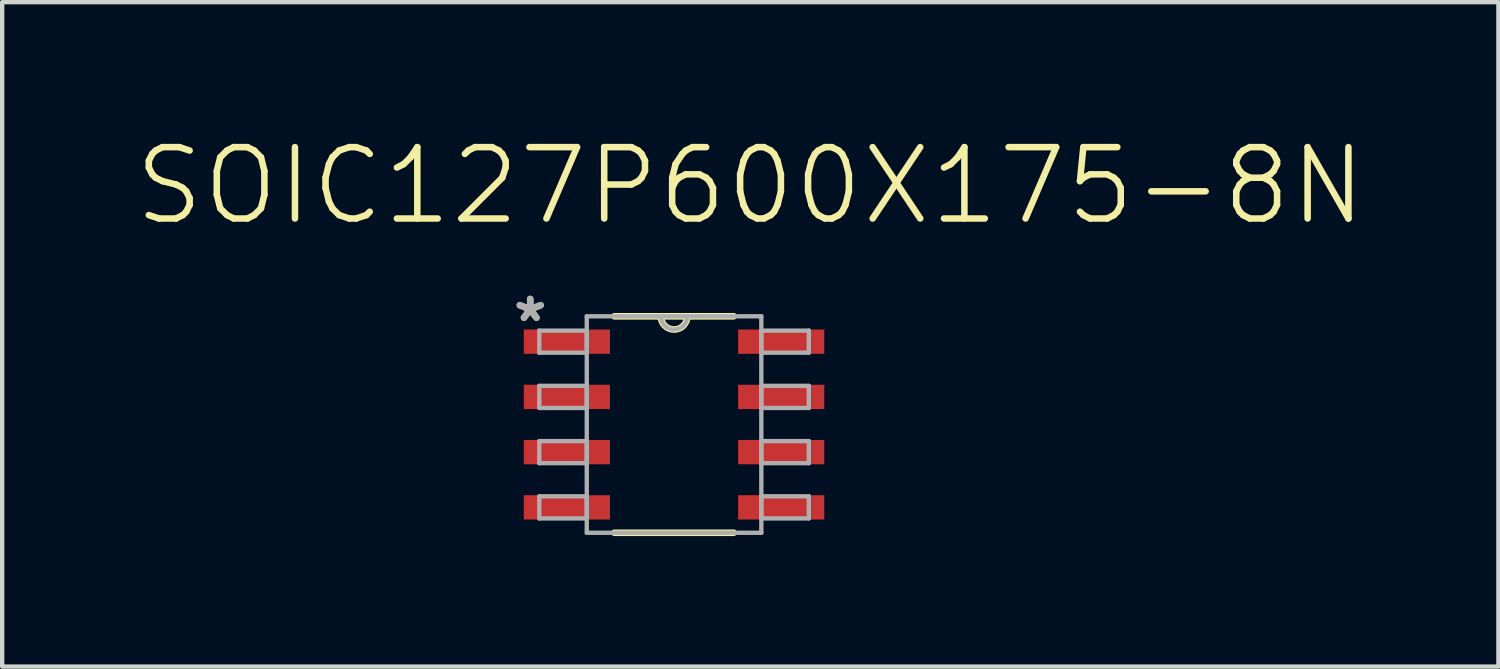
<source format=kicad_pcb>
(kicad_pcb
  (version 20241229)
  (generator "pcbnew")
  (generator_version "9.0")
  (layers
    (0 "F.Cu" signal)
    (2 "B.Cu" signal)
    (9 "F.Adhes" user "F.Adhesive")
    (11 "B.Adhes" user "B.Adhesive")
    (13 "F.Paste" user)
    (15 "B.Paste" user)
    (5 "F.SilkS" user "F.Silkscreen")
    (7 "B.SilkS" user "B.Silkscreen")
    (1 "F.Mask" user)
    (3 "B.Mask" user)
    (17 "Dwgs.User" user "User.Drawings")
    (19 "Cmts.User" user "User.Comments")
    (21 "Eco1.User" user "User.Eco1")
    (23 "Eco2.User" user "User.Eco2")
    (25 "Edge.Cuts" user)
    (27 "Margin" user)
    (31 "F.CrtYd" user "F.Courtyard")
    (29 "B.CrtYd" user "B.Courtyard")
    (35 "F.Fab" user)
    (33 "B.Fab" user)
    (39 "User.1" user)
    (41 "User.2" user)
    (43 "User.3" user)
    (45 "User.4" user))
  (footprint "SOIC127P600X175-8N"
    (layer "F.Cu")
    (at 12.45 6.712)
    (property "Reference" "SOIC127P600X175-8N" (at 1.754 -5.489 0) (layer "F.SilkS") (effects (font (size 1.641 1.641) (thickness 0.15))))
    (attr through_hole)
    (fp_line (start -1.372 2.489) (end 1.372 2.489) (stroke (width 0.152) (type solid)) (layer "F.SilkS"))
    (fp_line (start -0.305 -2.489) (end -1.372 -2.489) (stroke (width 0.152) (type solid)) (layer "F.SilkS"))
    (fp_line (start 0.305 -2.489) (end -0.305 -2.489) (stroke (width 0.152) (type solid)) (layer "F.SilkS"))
    (fp_line (start 1.372 -2.489) (end 0.305 -2.489) (stroke (width 0.152) (type solid)) (layer "F.SilkS"))
    (fp_arc (start 0.3048 -2.4892) (mid 0 -2.1844) (end -0.3048 -2.4892) (stroke (width 0.1524) (type solid)) (layer "F.SilkS"))
    (fp_line (start -3.099 -2.159) (end -3.099 -1.651) (stroke (width 0.1) (type solid)) (layer "F.Fab"))
    (fp_line (start -3.099 -1.651) (end -2.007 -1.651) (stroke (width 0.1) (type solid)) (layer "F.Fab"))
    (fp_line (start -3.099 -0.889) (end -3.099 -0.381) (stroke (width 0.1) (type solid)) (layer "F.Fab"))
    (fp_line (start -3.099 -0.381) (end -2.007 -0.381) (stroke (width 0.1) (type solid)) (layer "F.Fab"))
    (fp_line (start -3.099 0.381) (end -3.099 0.889) (stroke (width 0.1) (type solid)) (layer "F.Fab"))
    (fp_line (start -3.099 0.889) (end -2.007 0.889) (stroke (width 0.1) (type solid)) (layer "F.Fab"))
    (fp_line (start -3.099 1.651) (end -3.099 2.159) (stroke (width 0.1) (type solid)) (layer "F.Fab"))
    (fp_line (start -3.099 2.159) (end -2.007 2.159) (stroke (width 0.1) (type solid)) (layer "F.Fab"))
    (fp_line (start -2.007 -2.489) (end -2.007 2.489) (stroke (width 0.1) (type solid)) (layer "F.Fab"))
    (fp_line (start -2.007 -2.159) (end -3.099 -2.159) (stroke (width 0.1) (type solid)) (layer "F.Fab"))
    (fp_line (start -2.007 -1.651) (end -2.007 -2.159) (stroke (width 0.1) (type solid)) (layer "F.Fab"))
    (fp_line (start -2.007 -0.889) (end -3.099 -0.889) (stroke (width 0.1) (type solid)) (layer "F.Fab"))
    (fp_line (start -2.007 -0.381) (end -2.007 -0.889) (stroke (width 0.1) (type solid)) (layer "F.Fab"))
    (fp_line (start -2.007 0.381) (end -3.099 0.381) (stroke (width 0.1) (type solid)) (layer "F.Fab"))
    (fp_line (start -2.007 0.889) (end -2.007 0.381) (stroke (width 0.1) (type solid)) (layer "F.Fab"))
    (fp_line (start -2.007 1.651) (end -3.099 1.651) (stroke (width 0.1) (type solid)) (layer "F.Fab"))
    (fp_line (start -2.007 2.159) (end -2.007 1.651) (stroke (width 0.1) (type solid)) (layer "F.Fab"))
    (fp_line (start -2.007 2.489) (end 2.007 2.489) (stroke (width 0.1) (type solid)) (layer "F.Fab"))
    (fp_line (start -0.305 -2.489) (end -2.007 -2.489) (stroke (width 0.1) (type solid)) (layer "F.Fab"))
    (fp_line (start 0.305 -2.489) (end -0.305 -2.489) (stroke (width 0.1) (type solid)) (layer "F.Fab"))
    (fp_line (start 2.007 -2.489) (end 0.305 -2.489) (stroke (width 0.1) (type solid)) (layer "F.Fab"))
    (fp_line (start 2.007 -2.159) (end 2.007 -1.651) (stroke (width 0.1) (type solid)) (layer "F.Fab"))
    (fp_line (start 2.007 -1.651) (end 3.099 -1.651) (stroke (width 0.1) (type solid)) (layer "F.Fab"))
    (fp_line (start 2.007 -0.889) (end 2.007 -0.381) (stroke (width 0.1) (type solid)) (layer "F.Fab"))
    (fp_line (start 2.007 -0.381) (end 3.099 -0.381) (stroke (width 0.1) (type solid)) (layer "F.Fab"))
    (fp_line (start 2.007 0.381) (end 2.007 0.889) (stroke (width 0.1) (type solid)) (layer "F.Fab"))
    (fp_line (start 2.007 0.889) (end 3.099 0.889) (stroke (width 0.1) (type solid)) (layer "F.Fab"))
    (fp_line (start 2.007 1.651) (end 2.007 2.159) (stroke (width 0.1) (type solid)) (layer "F.Fab"))
    (fp_line (start 2.007 2.159) (end 3.099 2.159) (stroke (width 0.1) (type solid)) (layer "F.Fab"))
    (fp_line (start 2.007 2.489) (end 2.007 -2.489) (stroke (width 0.1) (type solid)) (layer "F.Fab"))
    (fp_line (start 3.099 -2.159) (end 2.007 -2.159) (stroke (width 0.1) (type solid)) (layer "F.Fab"))
    (fp_line (start 3.099 -1.651) (end 3.099 -2.159) (stroke (width 0.1) (type solid)) (layer "F.Fab"))
    (fp_line (start 3.099 -0.889) (end 2.007 -0.889) (stroke (width 0.1) (type solid)) (layer "F.Fab"))
    (fp_line (start 3.099 -0.381) (end 3.099 -0.889) (stroke (width 0.1) (type solid)) (layer "F.Fab"))
    (fp_line (start 3.099 0.381) (end 2.007 0.381) (stroke (width 0.1) (type solid)) (layer "F.Fab"))
    (fp_line (start 3.099 0.889) (end 3.099 0.381) (stroke (width 0.1) (type solid)) (layer "F.Fab"))
    (fp_line (start 3.099 1.651) (end 2.007 1.651) (stroke (width 0.1) (type solid)) (layer "F.Fab"))
    (fp_line (start 3.099 2.159) (end 3.099 1.651) (stroke (width 0.1) (type solid)) (layer "F.Fab"))
    (fp_arc (start 0.3048 -2.4892) (mid 0 -2.1844) (end -0.3048 -2.4892) (stroke (width 0.1) (type solid)) (layer "F.Fab"))
    (fp_text user "*" (at -3.307 -2.34 0) (layer "F.SilkS") (effects (font (size 1.002 1.002) (thickness 0.15))))
    (fp_text user "*" (at -3.308 -2.341 0) (layer "F.Fab") (effects (font (size 1.002 1.002) (thickness 0.15))))
    (pad "1" smd rect (at -2.464 -1.905) (size 1.981 0.559) (layers "F.Cu" "F.Mask" "F.Paste"))
    (pad "2" smd rect (at -2.464 -0.635) (size 1.981 0.559) (layers "F.Cu" "F.Mask" "F.Paste"))
    (pad "3" smd rect (at -2.464 0.635) (size 1.981 0.559) (layers "F.Cu" "F.Mask" "F.Paste"))
    (pad "4" smd rect (at -2.464 1.905) (size 1.981 0.559) (layers "F.Cu" "F.Mask" "F.Paste"))
    (pad "5" smd rect (at 2.464 1.905) (size 1.981 0.559) (layers "F.Cu" "F.Mask" "F.Paste"))
    (pad "6" smd rect (at 2.464 0.635) (size 1.981 0.559) (layers "F.Cu" "F.Mask" "F.Paste"))
    (pad "7" smd rect (at 2.464 -0.635) (size 1.981 0.559) (layers "F.Cu" "F.Mask" "F.Paste"))
    (pad "8" smd rect (at 2.464 -1.905) (size 1.981 0.559) (layers "F.Cu" "F.Mask" "F.Paste")))
  (gr_rect
    (start -3 -3)
    (end 31.407 12.278)
    (stroke (width 0.1) (type default))
    (fill no)
    (layer "Edge.Cuts")))
</source>
